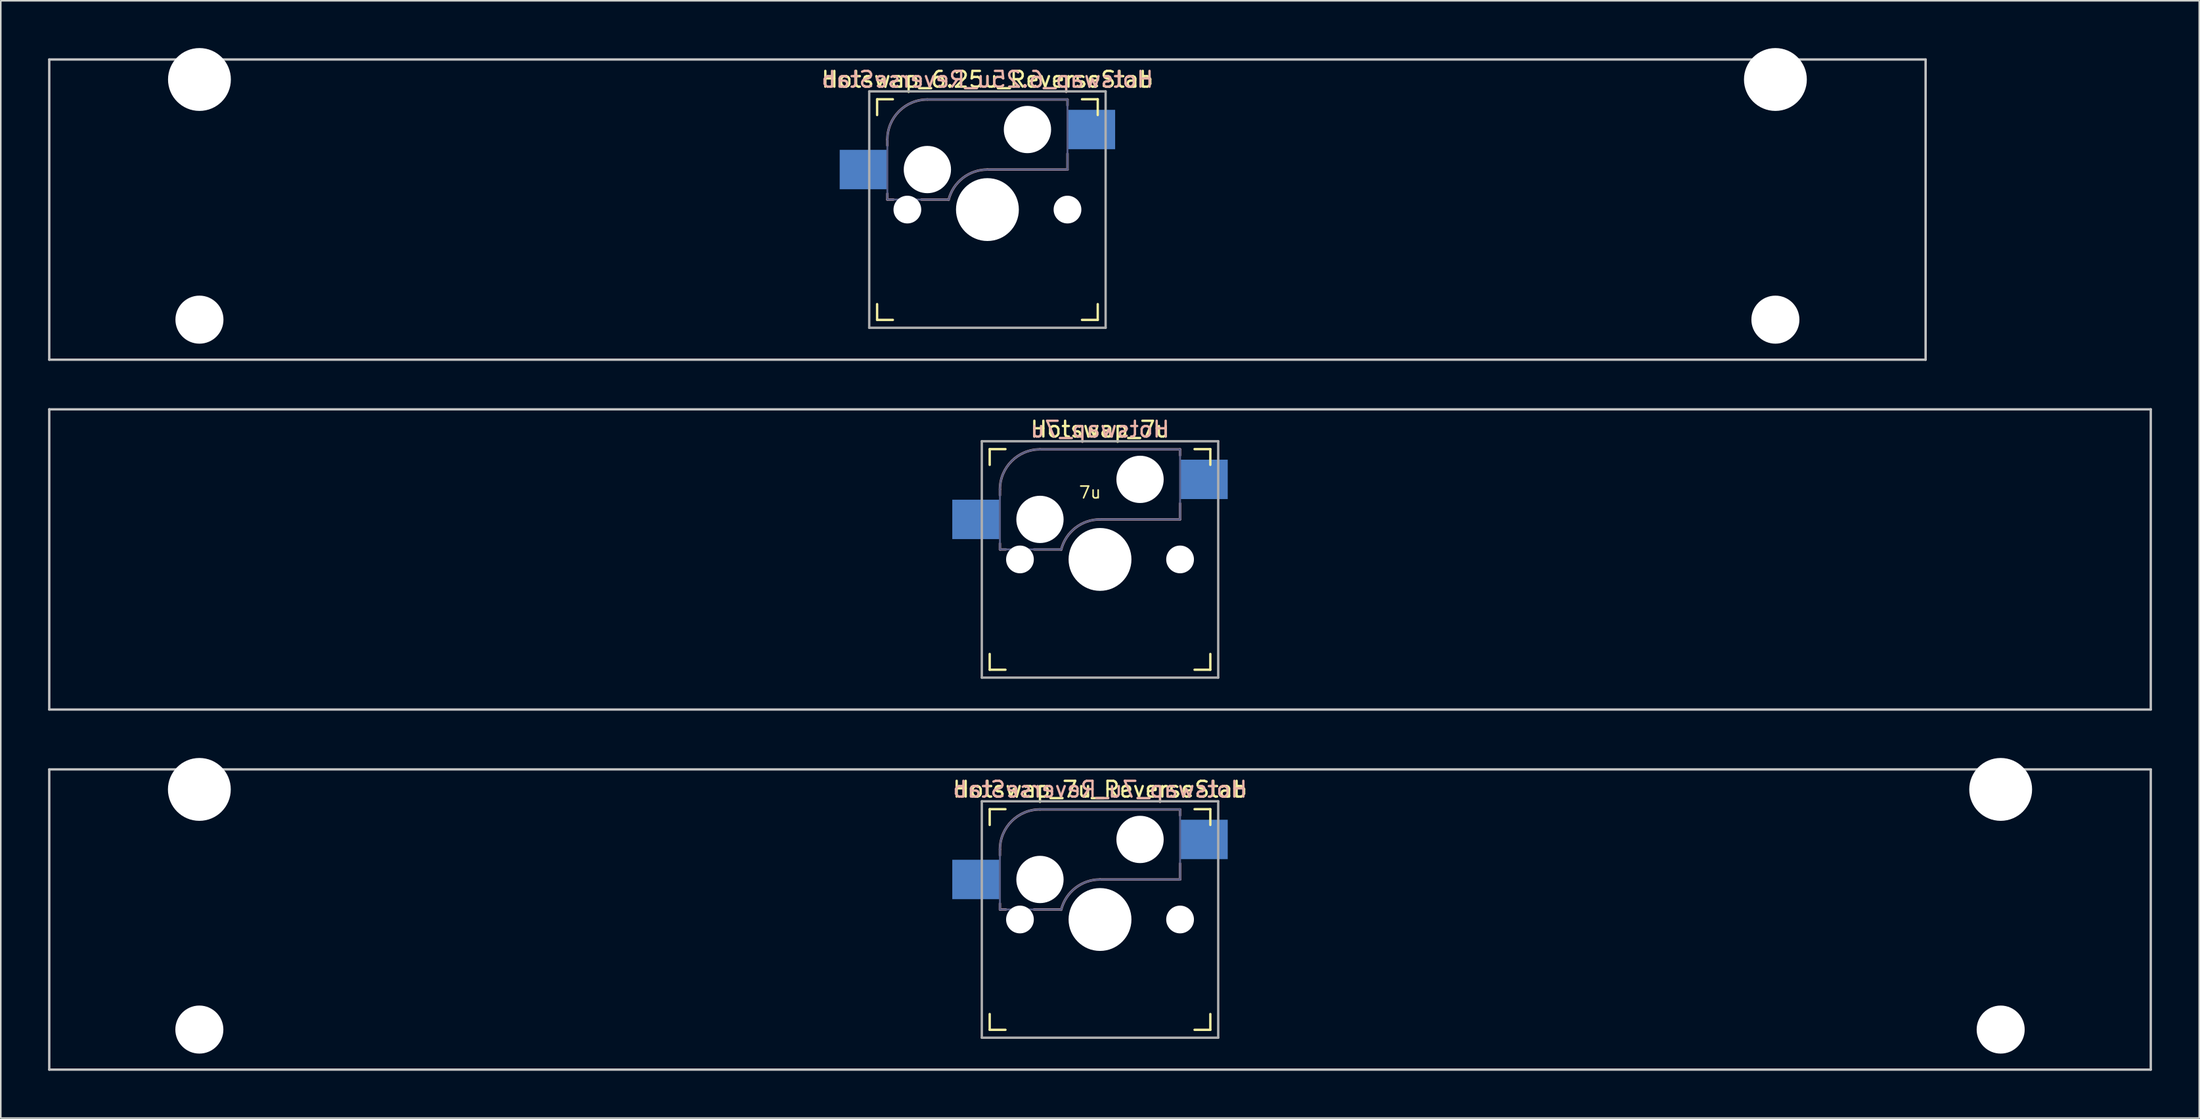
<source format=kicad_pcb>
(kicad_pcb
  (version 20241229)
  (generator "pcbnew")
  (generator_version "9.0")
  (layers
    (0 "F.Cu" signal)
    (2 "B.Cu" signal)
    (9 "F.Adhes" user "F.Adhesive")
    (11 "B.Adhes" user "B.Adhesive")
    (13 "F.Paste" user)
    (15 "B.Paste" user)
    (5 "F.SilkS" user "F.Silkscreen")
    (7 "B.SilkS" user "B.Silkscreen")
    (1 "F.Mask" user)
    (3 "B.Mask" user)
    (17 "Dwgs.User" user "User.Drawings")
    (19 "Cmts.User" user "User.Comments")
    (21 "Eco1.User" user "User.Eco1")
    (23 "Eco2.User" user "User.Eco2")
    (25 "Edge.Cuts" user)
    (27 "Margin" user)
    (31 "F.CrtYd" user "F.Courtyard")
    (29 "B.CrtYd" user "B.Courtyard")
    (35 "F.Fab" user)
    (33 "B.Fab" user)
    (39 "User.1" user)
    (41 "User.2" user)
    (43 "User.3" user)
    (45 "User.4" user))
  (footprint "Hotswap_6.25u_ReverseStab"
    (layer "F.Cu")
    (at 59.606 10.249)
    (property "Reference" "Hotswap_6.25u_ReverseStab" (at 0 -8.255 0) (layer "F.SilkS") (effects (font (size 1 1) (thickness 0.15))))
    (attr through_hole)
    (fp_line (start -7 -6) (end -7 -7) (stroke (width 0.15) (type solid)) (layer "F.SilkS"))
    (fp_line (start -7 7) (end -7 6) (stroke (width 0.15) (type solid)) (layer "F.SilkS"))
    (fp_line (start -7 7) (end -6 7) (stroke (width 0.15) (type solid)) (layer "F.SilkS"))
    (fp_line (start -6 -7) (end -7 -7) (stroke (width 0.15) (type solid)) (layer "F.SilkS"))
    (fp_line (start 6 7) (end 7 7) (stroke (width 0.15) (type solid)) (layer "F.SilkS"))
    (fp_line (start 7 -7) (end 6 -7) (stroke (width 0.15) (type solid)) (layer "F.SilkS"))
    (fp_line (start 7 -7) (end 7 -6) (stroke (width 0.15) (type solid)) (layer "F.SilkS"))
    (fp_line (start 7 6) (end 7 7) (stroke (width 0.15) (type solid)) (layer "F.SilkS"))
    (fp_line (start -6.35 -4.445) (end -6.35 -4.064) (stroke (width 0.15) (type solid)) (layer "B.SilkS"))
    (fp_line (start -6.35 -1.016) (end -6.35 -0.635) (stroke (width 0.15) (type solid)) (layer "B.SilkS"))
    (fp_line (start -6.35 -0.635) (end -5.969 -0.635) (stroke (width 0.15) (type solid)) (layer "B.SilkS"))
    (fp_line (start -4.191 -0.635) (end -2.54 -0.635) (stroke (width 0.15) (type solid)) (layer "B.SilkS"))
    (fp_line (start 0 -2.54) (end 5.08 -2.54) (stroke (width 0.15) (type solid)) (layer "B.SilkS"))
    (fp_line (start 5.08 -6.985) (end -3.81 -6.985) (stroke (width 0.15) (type solid)) (layer "B.SilkS"))
    (fp_line (start 5.08 -6.604) (end 5.08 -6.985) (stroke (width 0.15) (type solid)) (layer "B.SilkS"))
    (fp_line (start 5.08 -2.54) (end 5.08 -3.556) (stroke (width 0.15) (type solid)) (layer "B.SilkS"))
    (fp_arc (start -6.35 -4.445) (mid -5.606051 -6.241051) (end -3.81 -6.985) (stroke (width 0.15) (type solid)) (layer "B.SilkS"))
    (fp_arc (start -2.464162 -0.61604) (mid -1.563147 -2.002042) (end 0 -2.54) (stroke (width 0.15) (type solid)) (layer "B.SilkS"))
    (fp_line (start -59.531 -9.525) (end 59.531 -9.525) (stroke (width 0.15) (type solid)) (layer "Dwgs.User"))
    (fp_line (start -59.531 9.525) (end -59.531 -9.525) (stroke (width 0.15) (type solid)) (layer "Dwgs.User"))
    (fp_line (start -59.531 9.525) (end 59.531 9.525) (stroke (width 0.15) (type solid)) (layer "Dwgs.User"))
    (fp_line (start 59.531 -9.525) (end 59.531 9.525) (stroke (width 0.15) (type solid)) (layer "Dwgs.User"))
    (fp_line (start -51.651 -6.096) (end -51.651 5.334) (stroke (width 0.152) (type solid)) (layer "Eco2.User"))
    (fp_line (start -51.651 5.334) (end -48.349 5.334) (stroke (width 0.152) (type solid)) (layer "Eco2.User"))
    (fp_line (start -48.349 -6.096) (end -51.651 -6.096) (stroke (width 0.152) (type solid)) (layer "Eco2.User"))
    (fp_line (start -48.349 5.334) (end -48.349 -6.096) (stroke (width 0.152) (type solid)) (layer "Eco2.User"))
    (fp_line (start -6.9 6.9) (end -6.9 -6.9) (stroke (width 0.15) (type solid)) (layer "Eco2.User"))
    (fp_line (start -6.9 6.9) (end 6.9 6.9) (stroke (width 0.15) (type solid)) (layer "Eco2.User"))
    (fp_line (start 6.9 -6.9) (end -6.9 -6.9) (stroke (width 0.15) (type solid)) (layer "Eco2.User"))
    (fp_line (start 6.9 -6.9) (end 6.9 6.9) (stroke (width 0.15) (type solid)) (layer "Eco2.User"))
    (fp_line (start 48.349 -6.096) (end 48.349 5.334) (stroke (width 0.152) (type solid)) (layer "Eco2.User"))
    (fp_line (start 48.349 5.334) (end 51.651 5.334) (stroke (width 0.152) (type solid)) (layer "Eco2.User"))
    (fp_line (start 51.651 -6.096) (end 48.349 -6.096) (stroke (width 0.152) (type solid)) (layer "Eco2.User"))
    (fp_line (start 51.651 5.334) (end 51.651 -6.096) (stroke (width 0.152) (type solid)) (layer "Eco2.User"))
    (fp_line (start -6.35 -4.445) (end -6.35 -0.635) (stroke (width 0.12) (type solid)) (layer "B.Fab"))
    (fp_line (start -6.35 -0.635) (end -2.54 -0.635) (stroke (width 0.12) (type solid)) (layer "B.Fab"))
    (fp_line (start 0 -2.54) (end 5.08 -2.54) (stroke (width 0.12) (type solid)) (layer "B.Fab"))
    (fp_line (start 5.08 -6.985) (end -3.81 -6.985) (stroke (width 0.12) (type solid)) (layer "B.Fab"))
    (fp_line (start 5.08 -2.54) (end 5.08 -6.985) (stroke (width 0.12) (type solid)) (layer "B.Fab"))
    (fp_arc (start -6.35 -4.445) (mid -5.606051 -6.241051) (end -3.81 -6.985) (stroke (width 0.12) (type solid)) (layer "B.Fab"))
    (fp_arc (start -2.464162 -0.61604) (mid -1.563147 -2.002042) (end 0 -2.54) (stroke (width 0.12) (type solid)) (layer "B.Fab"))
    (fp_line (start -7.5 -7.5) (end 7.5 -7.5) (stroke (width 0.15) (type solid)) (layer "F.Fab"))
    (fp_line (start -7.5 7.5) (end -7.5 -7.5) (stroke (width 0.15) (type solid)) (layer "F.Fab"))
    (fp_line (start 7.5 -7.5) (end 7.5 7.5) (stroke (width 0.15) (type solid)) (layer "F.Fab"))
    (fp_line (start 7.5 7.5) (end -7.5 7.5) (stroke (width 0.15) (type solid)) (layer "F.Fab"))
    (fp_text user "${REFERENCE}" (at 0 -8.255 0) (layer "B.SilkS") (effects (font (size 1 1) (thickness 0.15)) (justify mirror)))
    (pad "" np_thru_hole circle (at -50 -8.255 180) (size 3.988 3.988) (drill 3.988) (layers "*.Cu" "*.Mask"))
    (pad "" np_thru_hole circle (at -50 6.985 180) (size 3.048 3.048) (drill 3.048) (layers "*.Cu" "*.Mask"))
    (pad "" np_thru_hole circle (at -5.08 0 180) (size 1.76 1.76) (drill 1.76) (layers "*.Cu" "*.Mask"))
    (pad "" np_thru_hole circle (at -3.81 -2.54 180) (size 3 3) (drill 3) (layers "*.Cu" "*.Mask"))
    (pad "" np_thru_hole circle (at 0 0 180) (size 3.988 3.988) (drill 3.988) (layers "*.Cu" "*.Mask"))
    (pad "" np_thru_hole circle (at 2.54 -5.08 180) (size 3 3) (drill 3) (layers "*.Cu" "*.Mask"))
    (pad "" np_thru_hole circle (at 5.08 0 180) (size 1.76 1.76) (drill 1.76) (layers "*.Cu" "*.Mask"))
    (pad "" np_thru_hole circle (at 50 -8.255 180) (size 3.988 3.988) (drill 3.988) (layers "*.Cu" "*.Mask"))
    (pad "" np_thru_hole circle (at 50 6.985 180) (size 3.048 3.048) (drill 3.048) (layers "*.Cu" "*.Mask"))
    (pad "1" smd rect (at -7.874 -2.54 180) (size 3 2.5) (layers "B.Cu" "B.Mask" "B.Paste"))
    (pad "2" smd rect (at 6.604 -5.08 180) (size 3 2.5) (layers "B.Cu" "B.Mask" "B.Paste")))
  (footprint "Hotswap_7u_ReverseStab"
    (layer "F.Cu")
    (at 66.75 55.298)
    (property "Reference" "Hotswap_7u_ReverseStab" (at 0 -8.255 0) (layer "F.SilkS") (effects (font (size 1 1) (thickness 0.15))))
    (attr through_hole)
    (fp_line (start -7 -6) (end -7 -7) (stroke (width 0.15) (type solid)) (layer "F.SilkS"))
    (fp_line (start -7 7) (end -7 6) (stroke (width 0.15) (type solid)) (layer "F.SilkS"))
    (fp_line (start -7 7) (end -6 7) (stroke (width 0.15) (type solid)) (layer "F.SilkS"))
    (fp_line (start -6 -7) (end -7 -7) (stroke (width 0.15) (type solid)) (layer "F.SilkS"))
    (fp_line (start 6 7) (end 7 7) (stroke (width 0.15) (type solid)) (layer "F.SilkS"))
    (fp_line (start 7 -7) (end 6 -7) (stroke (width 0.15) (type solid)) (layer "F.SilkS"))
    (fp_line (start 7 -7) (end 7 -6) (stroke (width 0.15) (type solid)) (layer "F.SilkS"))
    (fp_line (start 7 6) (end 7 7) (stroke (width 0.15) (type solid)) (layer "F.SilkS"))
    (fp_line (start -6.35 -4.445) (end -6.35 -4.064) (stroke (width 0.15) (type solid)) (layer "B.SilkS"))
    (fp_line (start -6.35 -1.016) (end -6.35 -0.635) (stroke (width 0.15) (type solid)) (layer "B.SilkS"))
    (fp_line (start -6.35 -0.635) (end -5.969 -0.635) (stroke (width 0.15) (type solid)) (layer "B.SilkS"))
    (fp_line (start -4.191 -0.635) (end -2.54 -0.635) (stroke (width 0.15) (type solid)) (layer "B.SilkS"))
    (fp_line (start 0 -2.54) (end 5.08 -2.54) (stroke (width 0.15) (type solid)) (layer "B.SilkS"))
    (fp_line (start 5.08 -6.985) (end -3.81 -6.985) (stroke (width 0.15) (type solid)) (layer "B.SilkS"))
    (fp_line (start 5.08 -6.604) (end 5.08 -6.985) (stroke (width 0.15) (type solid)) (layer "B.SilkS"))
    (fp_line (start 5.08 -2.54) (end 5.08 -3.556) (stroke (width 0.15) (type solid)) (layer "B.SilkS"))
    (fp_arc (start -6.35 -4.445) (mid -5.606051 -6.241051) (end -3.81 -6.985) (stroke (width 0.15) (type solid)) (layer "B.SilkS"))
    (fp_arc (start -2.464162 -0.61604) (mid -1.563147 -2.002042) (end 0 -2.54) (stroke (width 0.15) (type solid)) (layer "B.SilkS"))
    (fp_line (start -66.675 -9.525) (end 66.675 -9.525) (stroke (width 0.15) (type solid)) (layer "Dwgs.User"))
    (fp_line (start -66.675 9.525) (end -66.675 -9.525) (stroke (width 0.15) (type solid)) (layer "Dwgs.User"))
    (fp_line (start -66.675 9.525) (end 66.675 9.525) (stroke (width 0.15) (type solid)) (layer "Dwgs.User"))
    (fp_line (start 66.675 -9.525) (end 66.675 9.525) (stroke (width 0.15) (type solid)) (layer "Dwgs.User"))
    (fp_line (start -58.801 -6.096) (end -58.801 5.334) (stroke (width 0.152) (type solid)) (layer "Eco2.User"))
    (fp_line (start -58.801 5.334) (end -55.499 5.334) (stroke (width 0.152) (type solid)) (layer "Eco2.User"))
    (fp_line (start -55.499 -6.096) (end -58.801 -6.096) (stroke (width 0.152) (type solid)) (layer "Eco2.User"))
    (fp_line (start -55.499 5.334) (end -55.499 -6.096) (stroke (width 0.152) (type solid)) (layer "Eco2.User"))
    (fp_line (start -6.9 6.9) (end -6.9 -6.9) (stroke (width 0.15) (type solid)) (layer "Eco2.User"))
    (fp_line (start -6.9 6.9) (end 6.9 6.9) (stroke (width 0.15) (type solid)) (layer "Eco2.User"))
    (fp_line (start 6.9 -6.9) (end -6.9 -6.9) (stroke (width 0.15) (type solid)) (layer "Eco2.User"))
    (fp_line (start 6.9 -6.9) (end 6.9 6.9) (stroke (width 0.15) (type solid)) (layer "Eco2.User"))
    (fp_line (start 55.499 -6.096) (end 55.499 5.334) (stroke (width 0.152) (type solid)) (layer "Eco2.User"))
    (fp_line (start 55.499 5.334) (end 58.801 5.334) (stroke (width 0.152) (type solid)) (layer "Eco2.User"))
    (fp_line (start 58.801 -6.096) (end 55.499 -6.096) (stroke (width 0.152) (type solid)) (layer "Eco2.User"))
    (fp_line (start 58.801 5.334) (end 58.801 -6.096) (stroke (width 0.152) (type solid)) (layer "Eco2.User"))
    (fp_line (start -6.35 -4.445) (end -6.35 -0.635) (stroke (width 0.12) (type solid)) (layer "B.Fab"))
    (fp_line (start -6.35 -0.635) (end -2.54 -0.635) (stroke (width 0.12) (type solid)) (layer "B.Fab"))
    (fp_line (start 0 -2.54) (end 5.08 -2.54) (stroke (width 0.12) (type solid)) (layer "B.Fab"))
    (fp_line (start 5.08 -6.985) (end -3.81 -6.985) (stroke (width 0.12) (type solid)) (layer "B.Fab"))
    (fp_line (start 5.08 -2.54) (end 5.08 -6.985) (stroke (width 0.12) (type solid)) (layer "B.Fab"))
    (fp_arc (start -6.35 -4.445) (mid -5.606051 -6.241051) (end -3.81 -6.985) (stroke (width 0.12) (type solid)) (layer "B.Fab"))
    (fp_arc (start -2.464162 -0.61604) (mid -1.563147 -2.002042) (end 0 -2.54) (stroke (width 0.12) (type solid)) (layer "B.Fab"))
    (fp_line (start -7.5 -7.5) (end 7.5 -7.5) (stroke (width 0.15) (type solid)) (layer "F.Fab"))
    (fp_line (start -7.5 7.5) (end -7.5 -7.5) (stroke (width 0.15) (type solid)) (layer "F.Fab"))
    (fp_line (start 7.5 -7.5) (end 7.5 7.5) (stroke (width 0.15) (type solid)) (layer "F.Fab"))
    (fp_line (start 7.5 7.5) (end -7.5 7.5) (stroke (width 0.15) (type solid)) (layer "F.Fab"))
    (fp_text user "${REFERENCE}" (at 0 -8.255 0) (layer "B.SilkS") (effects (font (size 1 1) (thickness 0.15)) (justify mirror)))
    (pad "" np_thru_hole circle (at -57.15 -8.255 180) (size 3.988 3.988) (drill 3.988) (layers "*.Cu" "*.Mask"))
    (pad "" np_thru_hole circle (at -57.15 6.985 180) (size 3.048 3.048) (drill 3.048) (layers "*.Cu" "*.Mask"))
    (pad "" np_thru_hole circle (at -5.08 0 180) (size 1.76 1.76) (drill 1.76) (layers "*.Cu" "*.Mask"))
    (pad "" np_thru_hole circle (at -3.81 -2.54 180) (size 3 3) (drill 3) (layers "*.Cu" "*.Mask"))
    (pad "" np_thru_hole circle (at 0 0 180) (size 3.988 3.988) (drill 3.988) (layers "*.Cu" "*.Mask"))
    (pad "" np_thru_hole circle (at 2.54 -5.08 180) (size 3 3) (drill 3) (layers "*.Cu" "*.Mask"))
    (pad "" np_thru_hole circle (at 5.08 0 180) (size 1.76 1.76) (drill 1.76) (layers "*.Cu" "*.Mask"))
    (pad "" np_thru_hole circle (at 57.15 -8.255 180) (size 3.988 3.988) (drill 3.988) (layers "*.Cu" "*.Mask"))
    (pad "" np_thru_hole circle (at 57.15 6.985 180) (size 3.048 3.048) (drill 3.048) (layers "*.Cu" "*.Mask"))
    (pad "1" smd rect (at -7.874 -2.54 180) (size 3 2.5) (layers "B.Cu" "B.Mask" "B.Paste"))
    (pad "2" smd rect (at 6.604 -5.08 180) (size 3 2.5) (layers "B.Cu" "B.Mask" "B.Paste")))
  (footprint "Hotswap_7u"
    (layer "F.Cu")
    (at 66.75 32.449)
    (property "Reference" "Hotswap_7u" (at 0 -8.255 0) (layer "F.SilkS") (effects (font (size 1 1) (thickness 0.15))))
    (attr through_hole)
    (fp_line (start -7 -6) (end -7 -7) (stroke (width 0.15) (type solid)) (layer "F.SilkS"))
    (fp_line (start -7 7) (end -7 6) (stroke (width 0.15) (type solid)) (layer "F.SilkS"))
    (fp_line (start -7 7) (end -6 7) (stroke (width 0.15) (type solid)) (layer "F.SilkS"))
    (fp_line (start -6 -7) (end -7 -7) (stroke (width 0.15) (type solid)) (layer "F.SilkS"))
    (fp_line (start 6 7) (end 7 7) (stroke (width 0.15) (type solid)) (layer "F.SilkS"))
    (fp_line (start 7 -7) (end 6 -7) (stroke (width 0.15) (type solid)) (layer "F.SilkS"))
    (fp_line (start 7 -7) (end 7 -6) (stroke (width 0.15) (type solid)) (layer "F.SilkS"))
    (fp_line (start 7 6) (end 7 7) (stroke (width 0.15) (type solid)) (layer "F.SilkS"))
    (fp_line (start -6.35 -4.445) (end -6.35 -4.064) (stroke (width 0.15) (type solid)) (layer "B.SilkS"))
    (fp_line (start -6.35 -1.016) (end -6.35 -0.635) (stroke (width 0.15) (type solid)) (layer "B.SilkS"))
    (fp_line (start -6.35 -0.635) (end -5.969 -0.635) (stroke (width 0.15) (type solid)) (layer "B.SilkS"))
    (fp_line (start -4.191 -0.635) (end -2.54 -0.635) (stroke (width 0.15) (type solid)) (layer "B.SilkS"))
    (fp_line (start 0 -2.54) (end 5.08 -2.54) (stroke (width 0.15) (type solid)) (layer "B.SilkS"))
    (fp_line (start 5.08 -6.985) (end -3.81 -6.985) (stroke (width 0.15) (type solid)) (layer "B.SilkS"))
    (fp_line (start 5.08 -6.604) (end 5.08 -6.985) (stroke (width 0.15) (type solid)) (layer "B.SilkS"))
    (fp_line (start 5.08 -2.54) (end 5.08 -3.556) (stroke (width 0.15) (type solid)) (layer "B.SilkS"))
    (fp_arc (start -6.35 -4.445) (mid -5.606051 -6.241051) (end -3.81 -6.985) (stroke (width 0.15) (type solid)) (layer "B.SilkS"))
    (fp_arc (start -2.464162 -0.61604) (mid -1.563147 -2.002042) (end 0 -2.54) (stroke (width 0.15) (type solid)) (layer "B.SilkS"))
    (fp_line (start -66.675 -9.525) (end 66.675 -9.525) (stroke (width 0.15) (type solid)) (layer "Dwgs.User"))
    (fp_line (start -66.675 9.525) (end -66.675 -9.525) (stroke (width 0.15) (type solid)) (layer "Dwgs.User"))
    (fp_line (start -66.675 9.525) (end 66.675 9.525) (stroke (width 0.15) (type solid)) (layer "Dwgs.User"))
    (fp_line (start 66.675 -9.525) (end 66.675 9.525) (stroke (width 0.15) (type solid)) (layer "Dwgs.User"))
    (fp_line (start -6.9 6.9) (end -6.9 -6.9) (stroke (width 0.15) (type solid)) (layer "Eco2.User"))
    (fp_line (start -6.9 6.9) (end 6.9 6.9) (stroke (width 0.15) (type solid)) (layer "Eco2.User"))
    (fp_line (start 6.9 -6.9) (end -6.9 -6.9) (stroke (width 0.15) (type solid)) (layer "Eco2.User"))
    (fp_line (start 6.9 -6.9) (end 6.9 6.9) (stroke (width 0.15) (type solid)) (layer "Eco2.User"))
    (fp_line (start -6.35 -4.445) (end -6.35 -0.635) (stroke (width 0.12) (type solid)) (layer "B.Fab"))
    (fp_line (start -6.35 -0.635) (end -2.54 -0.635) (stroke (width 0.12) (type solid)) (layer "B.Fab"))
    (fp_line (start 0 -2.54) (end 5.08 -2.54) (stroke (width 0.12) (type solid)) (layer "B.Fab"))
    (fp_line (start 5.08 -6.985) (end -3.81 -6.985) (stroke (width 0.12) (type solid)) (layer "B.Fab"))
    (fp_line (start 5.08 -2.54) (end 5.08 -6.985) (stroke (width 0.12) (type solid)) (layer "B.Fab"))
    (fp_arc (start -6.35 -4.445) (mid -5.606051 -6.241051) (end -3.81 -6.985) (stroke (width 0.12) (type solid)) (layer "B.Fab"))
    (fp_arc (start -2.464162 -0.61604) (mid -1.563147 -2.002042) (end 0 -2.54) (stroke (width 0.12) (type solid)) (layer "B.Fab"))
    (fp_line (start -7.5 -7.5) (end 7.5 -7.5) (stroke (width 0.15) (type solid)) (layer "F.Fab"))
    (fp_line (start -7.5 7.5) (end -7.5 -7.5) (stroke (width 0.15) (type solid)) (layer "F.Fab"))
    (fp_line (start 7.5 -7.5) (end 7.5 7.5) (stroke (width 0.15) (type solid)) (layer "F.Fab"))
    (fp_line (start 7.5 7.5) (end -7.5 7.5) (stroke (width 0.15) (type solid)) (layer "F.Fab"))
    (fp_text user "7u" (at -0.635 -3.81 0) (unlocked yes) (layer "F.SilkS") (effects (font (size 0.75 0.75) (thickness 0.1)) (justify bottom)))
    (fp_text user "${REFERENCE}" (at 0 -8.255 0) (layer "B.SilkS") (effects (font (size 1 1) (thickness 0.15)) (justify mirror)))
    (pad "" np_thru_hole circle (at -5.08 0 180) (size 1.76 1.76) (drill 1.76) (layers "*.Cu" "*.Mask"))
    (pad "" np_thru_hole circle (at -3.81 -2.54 180) (size 3 3) (drill 3) (layers "*.Cu" "*.Mask"))
    (pad "" np_thru_hole circle (at 0 0 180) (size 3.988 3.988) (drill 3.988) (layers "*.Cu" "*.Mask"))
    (pad "" np_thru_hole circle (at 2.54 -5.08 180) (size 3 3) (drill 3) (layers "*.Cu" "*.Mask"))
    (pad "" np_thru_hole circle (at 5.08 0 180) (size 1.76 1.76) (drill 1.76) (layers "*.Cu" "*.Mask"))
    (pad "1" smd rect (at -7.874 -2.54 180) (size 3 2.5) (layers "B.Cu" "B.Mask" "B.Paste"))
    (pad "2" smd rect (at 6.604 -5.08 180) (size 3 2.5) (layers "B.Cu" "B.Mask" "B.Paste")))
  (gr_rect
    (start -3 -3)
    (end 136.5 67.898)
    (stroke (width 0.1) (type default))
    (fill no)
    (layer "Edge.Cuts")))
</source>
